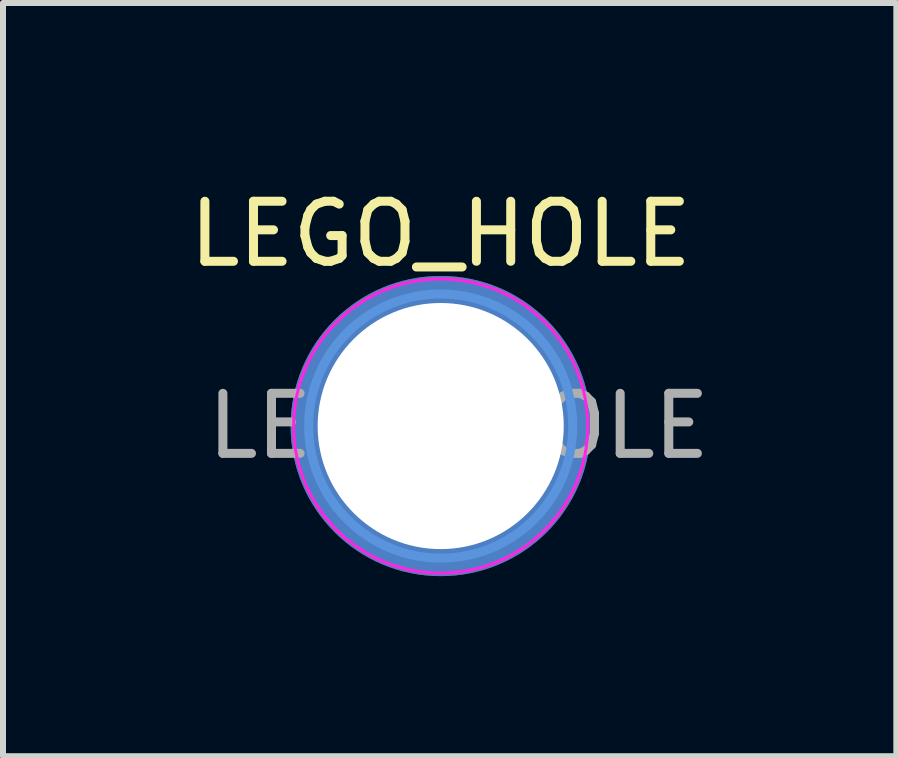
<source format=kicad_pcb>
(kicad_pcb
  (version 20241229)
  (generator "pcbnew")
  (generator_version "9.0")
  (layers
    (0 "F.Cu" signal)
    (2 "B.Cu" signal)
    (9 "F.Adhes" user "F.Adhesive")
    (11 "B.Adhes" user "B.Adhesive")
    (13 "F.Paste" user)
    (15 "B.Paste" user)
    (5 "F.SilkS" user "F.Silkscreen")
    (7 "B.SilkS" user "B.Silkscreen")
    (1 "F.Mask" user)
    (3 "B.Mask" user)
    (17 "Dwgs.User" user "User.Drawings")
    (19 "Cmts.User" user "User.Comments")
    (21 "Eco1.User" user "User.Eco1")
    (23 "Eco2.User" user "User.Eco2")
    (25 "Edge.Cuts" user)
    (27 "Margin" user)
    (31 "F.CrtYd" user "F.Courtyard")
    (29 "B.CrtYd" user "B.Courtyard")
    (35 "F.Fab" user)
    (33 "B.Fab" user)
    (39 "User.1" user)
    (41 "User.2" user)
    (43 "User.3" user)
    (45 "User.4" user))
  (footprint "LEGO_HOLE"
    (layer "F.Cu")
    (at 4.292 4.048)
    (property "Reference" "LEGO_HOLE" (at 0 -3.2 0) (layer "F.SilkS") (effects (font (size 1 1) (thickness 0.15))))
    (attr exclude_from_pos_files exclude_from_bom)
    (fp_circle (center 0 0) (end 2.2 0) (stroke (width 0.15) (type solid)) (fill no) (layer "Cmts.User"))
    (fp_circle (center 0 0) (end 2.45 0) (stroke (width 0.05) (type solid)) (fill no) (layer "F.CrtYd"))
    (fp_circle (center 0 0) (end 1 0) (stroke (width 0.1) (type solid)) (fill no) (layer "User.1"))
    (fp_text user "${REFERENCE}" (at 0.3 0 0) (layer "F.Fab") (effects (font (size 1 1) (thickness 0.15))))
    (pad "" thru_hole circle (at 0 0) (size 5 5) (drill 4.1) (layers "*.Cu" "*.Mask")))
  (gr_rect
    (start -3 -3)
    (end 11.883 9.548)
    (stroke (width 0.1) (type default))
    (fill no)
    (layer "Edge.Cuts")))
</source>
